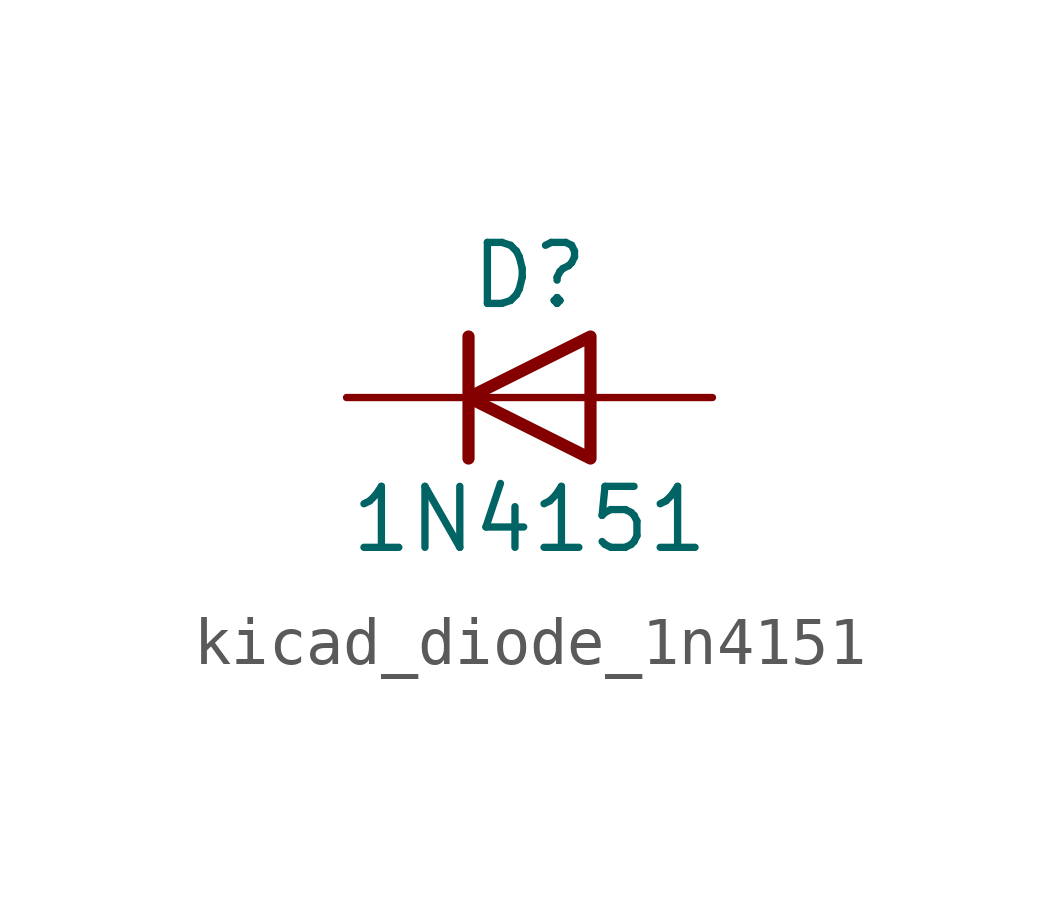
<source format=kicad_sym>
(kicad_symbol_lib
  (version 20220914)
  (generator kicad_symbol_editor)
  (symbol "kicad_diode_1n4151"
    (pin_numbers hide)
    (pin_names hide)
    (property "Reference" "D"
      (at 0 2.54 0)
      (effects (font (size 1.27 1.27))))
    (property "Value" "1N4151"
      (at 0 -2.54 0)
      (effects (font (size 1.27 1.27))))
    (symbol "kicad_diode_1n4151_0_1"
      (polyline (pts (xy -1.27 1.27) (xy -1.27 -1.27)) (stroke (width 0.254) (type default)) (fill (type none)))
      (polyline (pts (xy 1.27 0) (xy -1.27 0)) (stroke (width 0) (type default)) (fill (type none)))
      (polyline (pts (xy 1.27 1.27) (xy 1.27 -1.27) (xy -1.27 0) (xy 1.27 1.27)) (stroke (width 0.254) (type default)) (fill (type none))))
    (symbol "kicad_diode_1n4151_1_1"
      (pin passive line (at -3.81 0 0) (length 2.54) (name "K" (effects (font (size 1.27 1.27)))) (number "1" (effects (font (size 1.27 1.27)))))
      (pin passive line (at 3.81 0 180) (length 2.54) (name "A" (effects (font (size 1.27 1.27)))) (number "2" (effects (font (size 1.27 1.27))))))))
</source>
